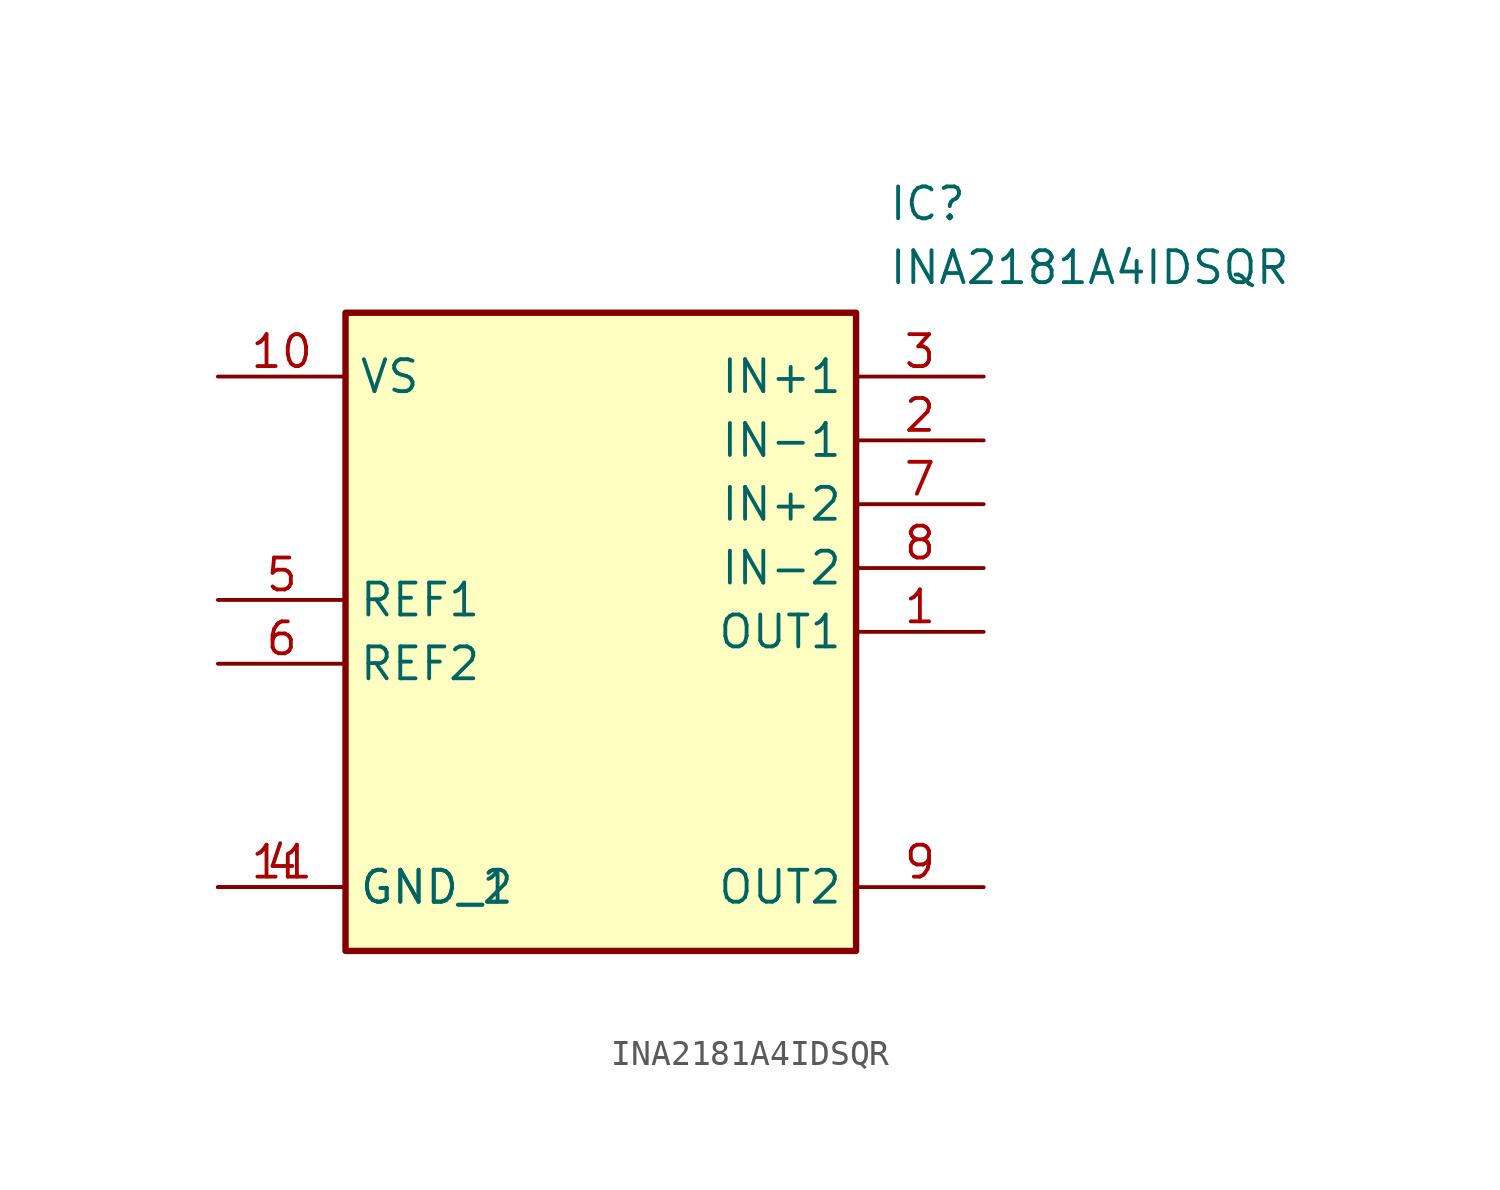
<source format=kicad_sym>
(kicad_symbol_lib
  (version 20231120)
  (generator "kicad_symbol_editor")
  (generator_version "8.0")
  (symbol "INA2181A4IDSQR"
    (property "Reference" "IC"
      (at 26.67 7.62 0)
      (effects (font (size 1.27 1.27)) (justify left top)))
    (property "Value" "INA2181A4IDSQR"
      (at 26.67 5.08 0)
      (effects (font (size 1.27 1.27)) (justify left top)))
    (symbol "INA2181A4IDSQR_1_1"
      (rectangle (start 5.08 2.54) (end 25.4 -22.86) (stroke (width 0.254) (type default)) (fill (type background)))
      (pin passive line (at 30.48 -10.16 180) (length 5.08) (name "OUT1" (effects (font (size 1.27 1.27)))) (number "1" (effects (font (size 1.27 1.27)))))
      (pin passive line (at 0 0 0) (length 5.08) (name "VS" (effects (font (size 1.27 1.27)))) (number "10" (effects (font (size 1.27 1.27)))))
      (pin passive line (at 0 -20.32 0) (length 5.08) (name "GND_2" (effects (font (size 1.27 1.27)))) (number "11" (effects (font (size 1.27 1.27)))))
      (pin passive line (at 30.48 -2.54 180) (length 5.08) (name "IN-1" (effects (font (size 1.27 1.27)))) (number "2" (effects (font (size 1.27 1.27)))))
      (pin passive line (at 30.48 0 180) (length 5.08) (name "IN+1" (effects (font (size 1.27 1.27)))) (number "3" (effects (font (size 1.27 1.27)))))
      (pin passive line (at 0 -20.32 0) (length 5.08) (name "GND_1" (effects (font (size 1.27 1.27)))) (number "4" (effects (font (size 1.27 1.27)))))
      (pin passive line (at 0 -8.89 0) (length 5.08) (name "REF1" (effects (font (size 1.27 1.27)))) (number "5" (effects (font (size 1.27 1.27)))))
      (pin passive line (at 0 -11.43 0) (length 5.08) (name "REF2" (effects (font (size 1.27 1.27)))) (number "6" (effects (font (size 1.27 1.27)))))
      (pin passive line (at 30.48 -5.08 180) (length 5.08) (name "IN+2" (effects (font (size 1.27 1.27)))) (number "7" (effects (font (size 1.27 1.27)))))
      (pin passive line (at 30.48 -7.62 180) (length 5.08) (name "IN-2" (effects (font (size 1.27 1.27)))) (number "8" (effects (font (size 1.27 1.27)))))
      (pin passive line (at 30.48 -20.32 180) (length 5.08) (name "OUT2" (effects (font (size 1.27 1.27)))) (number "9" (effects (font (size 1.27 1.27))))))))
</source>
